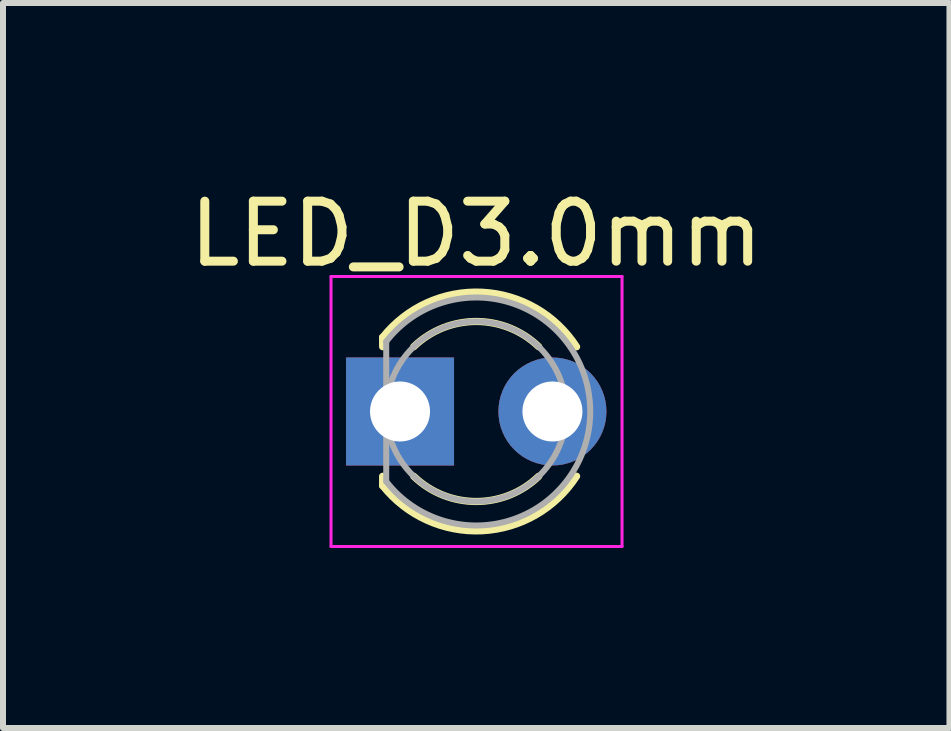
<source format=kicad_pcb>
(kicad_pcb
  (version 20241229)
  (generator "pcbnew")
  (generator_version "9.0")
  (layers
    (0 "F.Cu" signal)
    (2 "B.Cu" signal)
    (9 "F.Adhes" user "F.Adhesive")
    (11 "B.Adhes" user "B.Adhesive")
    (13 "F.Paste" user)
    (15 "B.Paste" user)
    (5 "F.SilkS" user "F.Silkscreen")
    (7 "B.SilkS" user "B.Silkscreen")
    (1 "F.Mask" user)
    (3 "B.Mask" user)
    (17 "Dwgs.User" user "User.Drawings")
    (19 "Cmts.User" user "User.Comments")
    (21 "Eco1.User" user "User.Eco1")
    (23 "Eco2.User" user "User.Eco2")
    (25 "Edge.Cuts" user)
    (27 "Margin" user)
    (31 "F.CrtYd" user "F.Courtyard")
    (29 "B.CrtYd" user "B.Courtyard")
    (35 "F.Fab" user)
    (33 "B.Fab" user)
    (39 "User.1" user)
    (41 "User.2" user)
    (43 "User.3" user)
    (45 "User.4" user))
  (footprint "LED_D3.0mm"
    (layer "F.Cu")
    (at 3.617 3.808)
    (property "Reference" "LED_D3.0mm" (at 1.27 -2.96 0) (layer "F.SilkS") (effects (font (size 1 1) (thickness 0.15))))
    (attr through_hole)
    (fp_line (start -0.29 -1.236) (end -0.29 -1.08) (stroke (width 0.12) (type solid)) (layer "F.SilkS"))
    (fp_line (start -0.29 1.08) (end -0.29 1.236) (stroke (width 0.12) (type solid)) (layer "F.SilkS"))
    (fp_arc (start -0.29 -1.235516) (mid 1.366487 -1.987659) (end 2.942335 -1.078608) (stroke (width 0.12) (type solid)) (layer "F.SilkS"))
    (fp_arc (start 0.229039 -1.08) (mid 1.270117 -1.5) (end 2.31113 -1.079837) (stroke (width 0.12) (type solid)) (layer "F.SilkS"))
    (fp_arc (start 2.31113 1.079837) (mid 1.270117 1.5) (end 0.229039 1.08) (stroke (width 0.12) (type solid)) (layer "F.SilkS"))
    (fp_arc (start 2.942335 1.078608) (mid 1.366487 1.987659) (end -0.29 1.235516) (stroke (width 0.12) (type solid)) (layer "F.SilkS"))
    (fp_line (start -1.15 -2.25) (end -1.15 2.25) (stroke (width 0.05) (type solid)) (layer "F.CrtYd"))
    (fp_line (start -1.15 2.25) (end 3.7 2.25) (stroke (width 0.05) (type solid)) (layer "F.CrtYd"))
    (fp_line (start 3.7 -2.25) (end -1.15 -2.25) (stroke (width 0.05) (type solid)) (layer "F.CrtYd"))
    (fp_line (start 3.7 2.25) (end 3.7 -2.25) (stroke (width 0.05) (type solid)) (layer "F.CrtYd"))
    (fp_line (start -0.23 -1.166) (end -0.23 1.166) (stroke (width 0.1) (type solid)) (layer "F.Fab"))
    (fp_arc (start -0.23 -1.16619) (mid 3.17 0.000452) (end -0.230555 1.165476) (stroke (width 0.1) (type solid)) (layer "F.Fab"))
    (fp_circle (center 1.27 0) (end 2.77 0) (stroke (width 0.1) (type solid)) (fill no) (layer "F.Fab"))
    (pad "1" thru_hole rect (at 0 0) (size 1.8 1.8) (drill 1) (layers "*.Cu" "*.Mask"))
    (pad "2" thru_hole circle (at 2.54 0) (size 1.8 1.8) (drill 1) (layers "*.Cu" "*.Mask")))
  (gr_rect
    (start -3 -3)
    (end 12.774 9.083)
    (stroke (width 0.1) (type default))
    (fill no)
    (layer "Edge.Cuts")))
</source>
